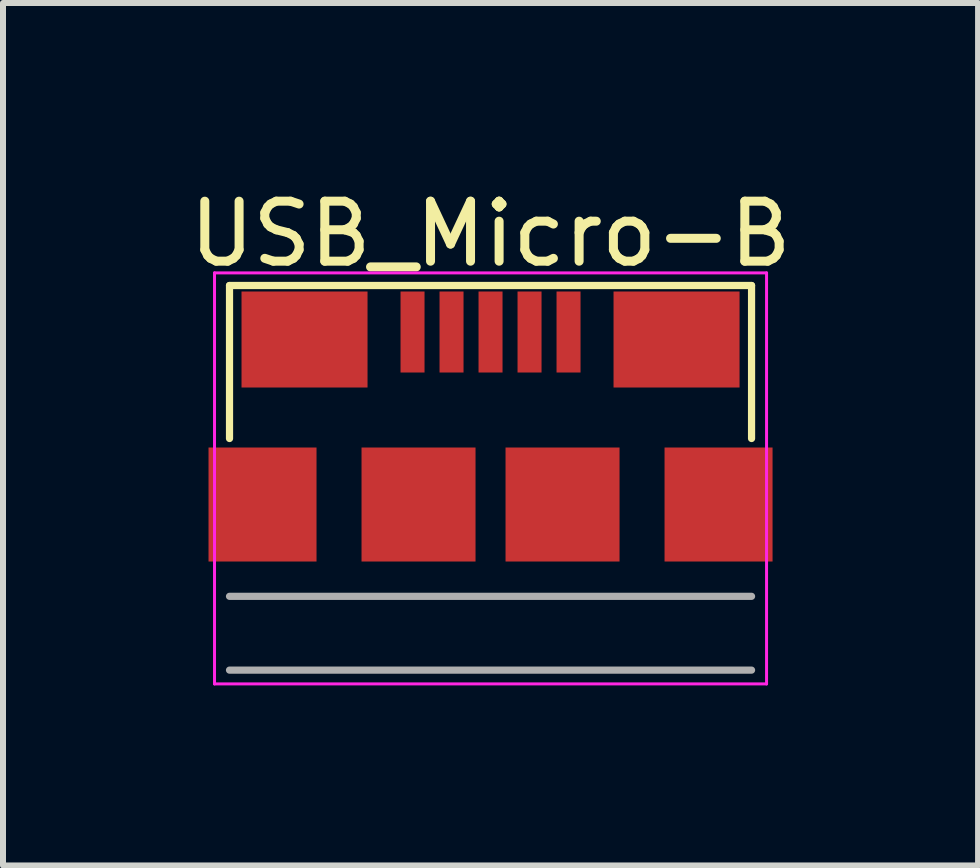
<source format=kicad_pcb>
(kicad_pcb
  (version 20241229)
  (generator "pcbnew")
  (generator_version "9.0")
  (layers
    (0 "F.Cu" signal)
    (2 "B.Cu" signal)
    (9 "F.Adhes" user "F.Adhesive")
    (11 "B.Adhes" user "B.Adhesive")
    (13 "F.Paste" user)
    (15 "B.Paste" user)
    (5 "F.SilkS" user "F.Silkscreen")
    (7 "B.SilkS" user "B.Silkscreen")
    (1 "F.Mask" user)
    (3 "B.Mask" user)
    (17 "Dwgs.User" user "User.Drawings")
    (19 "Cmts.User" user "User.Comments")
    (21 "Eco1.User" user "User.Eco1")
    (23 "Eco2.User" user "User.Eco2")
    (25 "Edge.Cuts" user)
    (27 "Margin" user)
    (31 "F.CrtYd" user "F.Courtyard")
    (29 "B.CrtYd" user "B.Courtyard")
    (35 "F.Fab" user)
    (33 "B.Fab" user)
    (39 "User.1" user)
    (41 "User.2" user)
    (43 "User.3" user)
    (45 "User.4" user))
  (footprint "USB_Micro-B"
    (layer "F.Cu")
    (at 5.125 5.358)
    (property "Reference" "USB_Micro-B" (at 0 -4.51 0) (layer "F.SilkS") (effects (font (size 1 1) (thickness 0.15))))
    (attr smd)
    (fp_line (start -4.35 -3.65) (end 4.35 -3.65) (stroke (width 0.12) (type solid)) (layer "F.SilkS"))
    (fp_line (start -4.35 -1.1) (end -4.35 -3.65) (stroke (width 0.12) (type solid)) (layer "F.SilkS"))
    (fp_line (start 4.35 -3.65) (end 4.35 -1.1) (stroke (width 0.12) (type solid)) (layer "F.SilkS"))
    (fp_line (start -4.6 -3.86) (end 4.6 -3.86) (stroke (width 0.05) (type solid)) (layer "F.CrtYd"))
    (fp_line (start -4.6 2.99) (end -4.6 -3.86) (stroke (width 0.05) (type solid)) (layer "F.CrtYd"))
    (fp_line (start 4.6 -3.86) (end 4.6 2.99) (stroke (width 0.05) (type solid)) (layer "F.CrtYd"))
    (fp_line (start 4.6 2.99) (end -4.6 2.99) (stroke (width 0.05) (type solid)) (layer "F.CrtYd"))
    (fp_line (start -4.35 2.76) (end 4.35 2.76) (stroke (width 0.12) (type solid)) (layer "F.Fab"))
    (fp_line (start 4.35 1.53) (end -4.35 1.53) (stroke (width 0.12) (type solid)) (layer "F.Fab"))
    (pad "1" smd rect (at -1.3 -2.875 90) (size 1.35 0.4) (layers "F.Cu" "F.Mask" "F.Paste"))
    (pad "2" smd rect (at -0.65 -2.875 90) (size 1.35 0.4) (layers "F.Cu" "F.Mask" "F.Paste"))
    (pad "3" smd rect (at 0 -2.875 90) (size 1.35 0.4) (layers "F.Cu" "F.Mask" "F.Paste"))
    (pad "4" smd rect (at 0.65 -2.875 90) (size 1.35 0.4) (layers "F.Cu" "F.Mask" "F.Paste"))
    (pad "5" smd rect (at 1.3 -2.875 90) (size 1.35 0.4) (layers "F.Cu" "F.Mask" "F.Paste"))
    (pad "6" smd rect (at -3.8 0 90) (size 1.9 1.8) (layers "F.Cu" "F.Mask" "F.Paste"))
    (pad "6" smd rect (at -3.1 -2.75 90) (size 1.6 2.1) (layers "F.Cu" "F.Mask" "F.Paste"))
    (pad "6" smd rect (at -1.2 0 90) (size 1.9 1.9) (layers "F.Cu" "F.Mask" "F.Paste"))
    (pad "6" smd rect (at 1.2 0 90) (size 1.9 1.9) (layers "F.Cu" "F.Mask" "F.Paste"))
    (pad "6" smd rect (at 3.1 -2.75 90) (size 1.6 2.1) (layers "F.Cu" "F.Mask" "F.Paste"))
    (pad "6" smd rect (at 3.8 0 90) (size 1.9 1.8) (layers "F.Cu" "F.Mask" "F.Paste")))
  (gr_rect
    (start -3 -3)
    (end 13.25 11.373)
    (stroke (width 0.1) (type default))
    (fill no)
    (layer "Edge.Cuts")))
</source>
